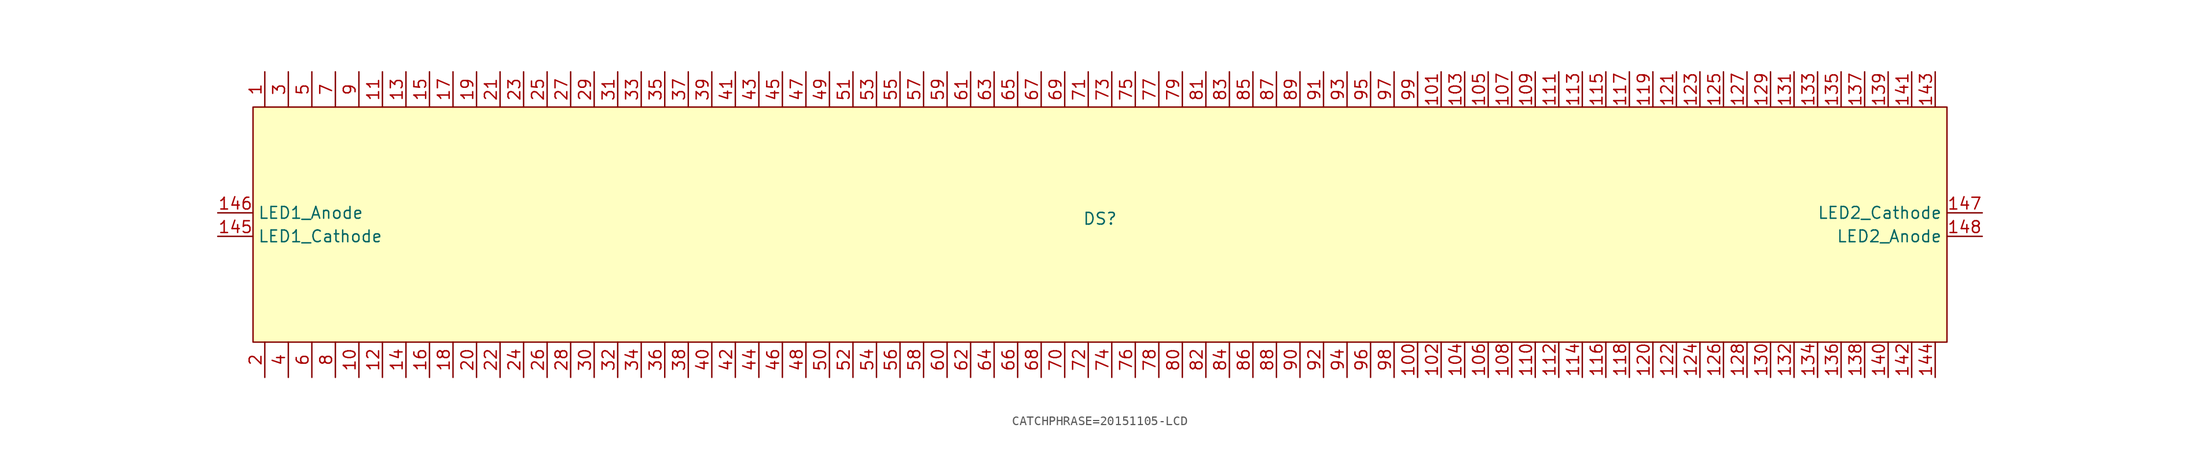
<source format=kicad_sym>
(kicad_symbol_lib
  (version 20241209)
  (generator "kicad_symbol_editor")
  (generator_version "9.0")
  (symbol "CATCHPHRASE=20151105-LCD"
    (property "Reference" "DS"
      (at 0 0.635 0)
      (effects (font (size 1.27 1.27))))
    (property "Value" ""
      (at 0 0 0)
      (effects (font (size 1.27 1.27))))
    (symbol "CATCHPHRASE=20151105-LCD_1_1"
      (rectangle (start -91.44 12.7) (end 91.44 -12.7) (stroke (width 0) (type solid)) (fill (type background)))
      (pin output line (at -95.25 1.27 0) (length 3.81) (name "LED1_Anode" (effects (font (size 1.27 1.27)))) (number "146" (effects (font (size 1.27 1.27)))))
      (pin input line (at -95.25 -1.27 0) (length 3.81) (name "LED1_Cathode" (effects (font (size 1.27 1.27)))) (number "145" (effects (font (size 1.27 1.27)))))
      (pin bidirectional line (at -90.17 16.51 270) (length 3.81) (name "" (effects (font (size 1.27 1.27)))) (number "1" (effects (font (size 1.27 1.27)))))
      (pin bidirectional line (at -90.17 -16.51 90) (length 3.81) (name "" (effects (font (size 1.27 1.27)))) (number "2" (effects (font (size 1.27 1.27)))))
      (pin bidirectional line (at -87.63 16.51 270) (length 3.81) (name "" (effects (font (size 1.27 1.27)))) (number "3" (effects (font (size 1.27 1.27)))))
      (pin bidirectional line (at -87.63 -16.51 90) (length 3.81) (name "" (effects (font (size 1.27 1.27)))) (number "4" (effects (font (size 1.27 1.27)))))
      (pin bidirectional line (at -85.09 16.51 270) (length 3.81) (name "" (effects (font (size 1.27 1.27)))) (number "5" (effects (font (size 1.27 1.27)))))
      (pin bidirectional line (at -85.09 -16.51 90) (length 3.81) (name "" (effects (font (size 1.27 1.27)))) (number "6" (effects (font (size 1.27 1.27)))))
      (pin bidirectional line (at -82.55 16.51 270) (length 3.81) (name "" (effects (font (size 1.27 1.27)))) (number "7" (effects (font (size 1.27 1.27)))))
      (pin bidirectional line (at -82.55 -16.51 90) (length 3.81) (name "" (effects (font (size 1.27 1.27)))) (number "8" (effects (font (size 1.27 1.27)))))
      (pin bidirectional line (at -80.01 16.51 270) (length 3.81) (name "" (effects (font (size 1.27 1.27)))) (number "9" (effects (font (size 1.27 1.27)))))
      (pin bidirectional line (at -80.01 -16.51 90) (length 3.81) (name "" (effects (font (size 1.27 1.27)))) (number "10" (effects (font (size 1.27 1.27)))))
      (pin bidirectional line (at -77.47 16.51 270) (length 3.81) (name "" (effects (font (size 1.27 1.27)))) (number "11" (effects (font (size 1.27 1.27)))))
      (pin bidirectional line (at -77.47 -16.51 90) (length 3.81) (name "" (effects (font (size 1.27 1.27)))) (number "12" (effects (font (size 1.27 1.27)))))
      (pin bidirectional line (at -74.93 16.51 270) (length 3.81) (name "" (effects (font (size 1.27 1.27)))) (number "13" (effects (font (size 1.27 1.27)))))
      (pin bidirectional line (at -74.93 -16.51 90) (length 3.81) (name "" (effects (font (size 1.27 1.27)))) (number "14" (effects (font (size 1.27 1.27)))))
      (pin bidirectional line (at -72.39 16.51 270) (length 3.81) (name "" (effects (font (size 1.27 1.27)))) (number "15" (effects (font (size 1.27 1.27)))))
      (pin bidirectional line (at -72.39 -16.51 90) (length 3.81) (name "" (effects (font (size 1.27 1.27)))) (number "16" (effects (font (size 1.27 1.27)))))
      (pin bidirectional line (at -69.85 16.51 270) (length 3.81) (name "" (effects (font (size 1.27 1.27)))) (number "17" (effects (font (size 1.27 1.27)))))
      (pin bidirectional line (at -69.85 -16.51 90) (length 3.81) (name "" (effects (font (size 1.27 1.27)))) (number "18" (effects (font (size 1.27 1.27)))))
      (pin bidirectional line (at -67.31 16.51 270) (length 3.81) (name "" (effects (font (size 1.27 1.27)))) (number "19" (effects (font (size 1.27 1.27)))))
      (pin bidirectional line (at -67.31 -16.51 90) (length 3.81) (name "" (effects (font (size 1.27 1.27)))) (number "20" (effects (font (size 1.27 1.27)))))
      (pin bidirectional line (at -64.77 16.51 270) (length 3.81) (name "" (effects (font (size 1.27 1.27)))) (number "21" (effects (font (size 1.27 1.27)))))
      (pin bidirectional line (at -64.77 -16.51 90) (length 3.81) (name "" (effects (font (size 1.27 1.27)))) (number "22" (effects (font (size 1.27 1.27)))))
      (pin bidirectional line (at -62.23 16.51 270) (length 3.81) (name "" (effects (font (size 1.27 1.27)))) (number "23" (effects (font (size 1.27 1.27)))))
      (pin bidirectional line (at -62.23 -16.51 90) (length 3.81) (name "" (effects (font (size 1.27 1.27)))) (number "24" (effects (font (size 1.27 1.27)))))
      (pin bidirectional line (at -59.69 16.51 270) (length 3.81) (name "" (effects (font (size 1.27 1.27)))) (number "25" (effects (font (size 1.27 1.27)))))
      (pin bidirectional line (at -59.69 -16.51 90) (length 3.81) (name "" (effects (font (size 1.27 1.27)))) (number "26" (effects (font (size 1.27 1.27)))))
      (pin bidirectional line (at -57.15 16.51 270) (length 3.81) (name "" (effects (font (size 1.27 1.27)))) (number "27" (effects (font (size 1.27 1.27)))))
      (pin bidirectional line (at -57.15 -16.51 90) (length 3.81) (name "" (effects (font (size 1.27 1.27)))) (number "28" (effects (font (size 1.27 1.27)))))
      (pin bidirectional line (at -54.61 16.51 270) (length 3.81) (name "" (effects (font (size 1.27 1.27)))) (number "29" (effects (font (size 1.27 1.27)))))
      (pin bidirectional line (at -54.61 -16.51 90) (length 3.81) (name "" (effects (font (size 1.27 1.27)))) (number "30" (effects (font (size 1.27 1.27)))))
      (pin bidirectional line (at -52.07 16.51 270) (length 3.81) (name "" (effects (font (size 1.27 1.27)))) (number "31" (effects (font (size 1.27 1.27)))))
      (pin bidirectional line (at -52.07 -16.51 90) (length 3.81) (name "" (effects (font (size 1.27 1.27)))) (number "32" (effects (font (size 1.27 1.27)))))
      (pin bidirectional line (at -49.53 16.51 270) (length 3.81) (name "" (effects (font (size 1.27 1.27)))) (number "33" (effects (font (size 1.27 1.27)))))
      (pin bidirectional line (at -49.53 -16.51 90) (length 3.81) (name "" (effects (font (size 1.27 1.27)))) (number "34" (effects (font (size 1.27 1.27)))))
      (pin bidirectional line (at -46.99 16.51 270) (length 3.81) (name "" (effects (font (size 1.27 1.27)))) (number "35" (effects (font (size 1.27 1.27)))))
      (pin bidirectional line (at -46.99 -16.51 90) (length 3.81) (name "" (effects (font (size 1.27 1.27)))) (number "36" (effects (font (size 1.27 1.27)))))
      (pin bidirectional line (at -44.45 16.51 270) (length 3.81) (name "" (effects (font (size 1.27 1.27)))) (number "37" (effects (font (size 1.27 1.27)))))
      (pin bidirectional line (at -44.45 -16.51 90) (length 3.81) (name "" (effects (font (size 1.27 1.27)))) (number "38" (effects (font (size 1.27 1.27)))))
      (pin bidirectional line (at -41.91 16.51 270) (length 3.81) (name "" (effects (font (size 1.27 1.27)))) (number "39" (effects (font (size 1.27 1.27)))))
      (pin bidirectional line (at -41.91 -16.51 90) (length 3.81) (name "" (effects (font (size 1.27 1.27)))) (number "40" (effects (font (size 1.27 1.27)))))
      (pin bidirectional line (at -39.37 16.51 270) (length 3.81) (name "" (effects (font (size 1.27 1.27)))) (number "41" (effects (font (size 1.27 1.27)))))
      (pin bidirectional line (at -39.37 -16.51 90) (length 3.81) (name "" (effects (font (size 1.27 1.27)))) (number "42" (effects (font (size 1.27 1.27)))))
      (pin bidirectional line (at -36.83 16.51 270) (length 3.81) (name "" (effects (font (size 1.27 1.27)))) (number "43" (effects (font (size 1.27 1.27)))))
      (pin bidirectional line (at -36.83 -16.51 90) (length 3.81) (name "" (effects (font (size 1.27 1.27)))) (number "44" (effects (font (size 1.27 1.27)))))
      (pin bidirectional line (at -34.29 16.51 270) (length 3.81) (name "" (effects (font (size 1.27 1.27)))) (number "45" (effects (font (size 1.27 1.27)))))
      (pin bidirectional line (at -34.29 -16.51 90) (length 3.81) (name "" (effects (font (size 1.27 1.27)))) (number "46" (effects (font (size 1.27 1.27)))))
      (pin bidirectional line (at -31.75 16.51 270) (length 3.81) (name "" (effects (font (size 1.27 1.27)))) (number "47" (effects (font (size 1.27 1.27)))))
      (pin bidirectional line (at -31.75 -16.51 90) (length 3.81) (name "" (effects (font (size 1.27 1.27)))) (number "48" (effects (font (size 1.27 1.27)))))
      (pin bidirectional line (at -29.21 16.51 270) (length 3.81) (name "" (effects (font (size 1.27 1.27)))) (number "49" (effects (font (size 1.27 1.27)))))
      (pin bidirectional line (at -29.21 -16.51 90) (length 3.81) (name "" (effects (font (size 1.27 1.27)))) (number "50" (effects (font (size 1.27 1.27)))))
      (pin bidirectional line (at -26.67 16.51 270) (length 3.81) (name "" (effects (font (size 1.27 1.27)))) (number "51" (effects (font (size 1.27 1.27)))))
      (pin bidirectional line (at -26.67 -16.51 90) (length 3.81) (name "" (effects (font (size 1.27 1.27)))) (number "52" (effects (font (size 1.27 1.27)))))
      (pin bidirectional line (at -24.13 16.51 270) (length 3.81) (name "" (effects (font (size 1.27 1.27)))) (number "53" (effects (font (size 1.27 1.27)))))
      (pin bidirectional line (at -24.13 -16.51 90) (length 3.81) (name "" (effects (font (size 1.27 1.27)))) (number "54" (effects (font (size 1.27 1.27)))))
      (pin bidirectional line (at -21.59 16.51 270) (length 3.81) (name "" (effects (font (size 1.27 1.27)))) (number "55" (effects (font (size 1.27 1.27)))))
      (pin bidirectional line (at -21.59 -16.51 90) (length 3.81) (name "" (effects (font (size 1.27 1.27)))) (number "56" (effects (font (size 1.27 1.27)))))
      (pin bidirectional line (at -19.05 16.51 270) (length 3.81) (name "" (effects (font (size 1.27 1.27)))) (number "57" (effects (font (size 1.27 1.27)))))
      (pin bidirectional line (at -19.05 -16.51 90) (length 3.81) (name "" (effects (font (size 1.27 1.27)))) (number "58" (effects (font (size 1.27 1.27)))))
      (pin bidirectional line (at -16.51 16.51 270) (length 3.81) (name "" (effects (font (size 1.27 1.27)))) (number "59" (effects (font (size 1.27 1.27)))))
      (pin bidirectional line (at -16.51 -16.51 90) (length 3.81) (name "" (effects (font (size 1.27 1.27)))) (number "60" (effects (font (size 1.27 1.27)))))
      (pin bidirectional line (at -13.97 16.51 270) (length 3.81) (name "" (effects (font (size 1.27 1.27)))) (number "61" (effects (font (size 1.27 1.27)))))
      (pin bidirectional line (at -13.97 -16.51 90) (length 3.81) (name "" (effects (font (size 1.27 1.27)))) (number "62" (effects (font (size 1.27 1.27)))))
      (pin bidirectional line (at -11.43 16.51 270) (length 3.81) (name "" (effects (font (size 1.27 1.27)))) (number "63" (effects (font (size 1.27 1.27)))))
      (pin bidirectional line (at -11.43 -16.51 90) (length 3.81) (name "" (effects (font (size 1.27 1.27)))) (number "64" (effects (font (size 1.27 1.27)))))
      (pin bidirectional line (at -8.89 16.51 270) (length 3.81) (name "" (effects (font (size 1.27 1.27)))) (number "65" (effects (font (size 1.27 1.27)))))
      (pin bidirectional line (at -8.89 -16.51 90) (length 3.81) (name "" (effects (font (size 1.27 1.27)))) (number "66" (effects (font (size 1.27 1.27)))))
      (pin bidirectional line (at -6.35 16.51 270) (length 3.81) (name "" (effects (font (size 1.27 1.27)))) (number "67" (effects (font (size 1.27 1.27)))))
      (pin bidirectional line (at -6.35 -16.51 90) (length 3.81) (name "" (effects (font (size 1.27 1.27)))) (number "68" (effects (font (size 1.27 1.27)))))
      (pin bidirectional line (at -3.81 16.51 270) (length 3.81) (name "" (effects (font (size 1.27 1.27)))) (number "69" (effects (font (size 1.27 1.27)))))
      (pin bidirectional line (at -3.81 -16.51 90) (length 3.81) (name "" (effects (font (size 1.27 1.27)))) (number "70" (effects (font (size 1.27 1.27)))))
      (pin bidirectional line (at -1.27 16.51 270) (length 3.81) (name "" (effects (font (size 1.27 1.27)))) (number "71" (effects (font (size 1.27 1.27)))))
      (pin bidirectional line (at -1.27 -16.51 90) (length 3.81) (name "" (effects (font (size 1.27 1.27)))) (number "72" (effects (font (size 1.27 1.27)))))
      (pin bidirectional line (at 1.27 16.51 270) (length 3.81) (name "" (effects (font (size 1.27 1.27)))) (number "73" (effects (font (size 1.27 1.27)))))
      (pin bidirectional line (at 1.27 -16.51 90) (length 3.81) (name "" (effects (font (size 1.27 1.27)))) (number "74" (effects (font (size 1.27 1.27)))))
      (pin bidirectional line (at 3.81 16.51 270) (length 3.81) (name "" (effects (font (size 1.27 1.27)))) (number "75" (effects (font (size 1.27 1.27)))))
      (pin bidirectional line (at 3.81 -16.51 90) (length 3.81) (name "" (effects (font (size 1.27 1.27)))) (number "76" (effects (font (size 1.27 1.27)))))
      (pin bidirectional line (at 6.35 16.51 270) (length 3.81) (name "" (effects (font (size 1.27 1.27)))) (number "77" (effects (font (size 1.27 1.27)))))
      (pin bidirectional line (at 6.35 -16.51 90) (length 3.81) (name "" (effects (font (size 1.27 1.27)))) (number "78" (effects (font (size 1.27 1.27)))))
      (pin bidirectional line (at 8.89 16.51 270) (length 3.81) (name "" (effects (font (size 1.27 1.27)))) (number "79" (effects (font (size 1.27 1.27)))))
      (pin bidirectional line (at 8.89 -16.51 90) (length 3.81) (name "" (effects (font (size 1.27 1.27)))) (number "80" (effects (font (size 1.27 1.27)))))
      (pin bidirectional line (at 11.43 16.51 270) (length 3.81) (name "" (effects (font (size 1.27 1.27)))) (number "81" (effects (font (size 1.27 1.27)))))
      (pin bidirectional line (at 11.43 -16.51 90) (length 3.81) (name "" (effects (font (size 1.27 1.27)))) (number "82" (effects (font (size 1.27 1.27)))))
      (pin bidirectional line (at 13.97 16.51 270) (length 3.81) (name "" (effects (font (size 1.27 1.27)))) (number "83" (effects (font (size 1.27 1.27)))))
      (pin bidirectional line (at 13.97 -16.51 90) (length 3.81) (name "" (effects (font (size 1.27 1.27)))) (number "84" (effects (font (size 1.27 1.27)))))
      (pin bidirectional line (at 16.51 16.51 270) (length 3.81) (name "" (effects (font (size 1.27 1.27)))) (number "85" (effects (font (size 1.27 1.27)))))
      (pin bidirectional line (at 16.51 -16.51 90) (length 3.81) (name "" (effects (font (size 1.27 1.27)))) (number "86" (effects (font (size 1.27 1.27)))))
      (pin bidirectional line (at 19.05 16.51 270) (length 3.81) (name "" (effects (font (size 1.27 1.27)))) (number "87" (effects (font (size 1.27 1.27)))))
      (pin bidirectional line (at 19.05 -16.51 90) (length 3.81) (name "" (effects (font (size 1.27 1.27)))) (number "88" (effects (font (size 1.27 1.27)))))
      (pin bidirectional line (at 21.59 16.51 270) (length 3.81) (name "" (effects (font (size 1.27 1.27)))) (number "89" (effects (font (size 1.27 1.27)))))
      (pin bidirectional line (at 21.59 -16.51 90) (length 3.81) (name "" (effects (font (size 1.27 1.27)))) (number "90" (effects (font (size 1.27 1.27)))))
      (pin bidirectional line (at 24.13 16.51 270) (length 3.81) (name "" (effects (font (size 1.27 1.27)))) (number "91" (effects (font (size 1.27 1.27)))))
      (pin bidirectional line (at 24.13 -16.51 90) (length 3.81) (name "" (effects (font (size 1.27 1.27)))) (number "92" (effects (font (size 1.27 1.27)))))
      (pin bidirectional line (at 26.67 16.51 270) (length 3.81) (name "" (effects (font (size 1.27 1.27)))) (number "93" (effects (font (size 1.27 1.27)))))
      (pin bidirectional line (at 26.67 -16.51 90) (length 3.81) (name "" (effects (font (size 1.27 1.27)))) (number "94" (effects (font (size 1.27 1.27)))))
      (pin bidirectional line (at 29.21 16.51 270) (length 3.81) (name "" (effects (font (size 1.27 1.27)))) (number "95" (effects (font (size 1.27 1.27)))))
      (pin bidirectional line (at 29.21 -16.51 90) (length 3.81) (name "" (effects (font (size 1.27 1.27)))) (number "96" (effects (font (size 1.27 1.27)))))
      (pin bidirectional line (at 31.75 16.51 270) (length 3.81) (name "" (effects (font (size 1.27 1.27)))) (number "97" (effects (font (size 1.27 1.27)))))
      (pin bidirectional line (at 31.75 -16.51 90) (length 3.81) (name "" (effects (font (size 1.27 1.27)))) (number "98" (effects (font (size 1.27 1.27)))))
      (pin bidirectional line (at 34.29 16.51 270) (length 3.81) (name "" (effects (font (size 1.27 1.27)))) (number "99" (effects (font (size 1.27 1.27)))))
      (pin bidirectional line (at 34.29 -16.51 90) (length 3.81) (name "" (effects (font (size 1.27 1.27)))) (number "100" (effects (font (size 1.27 1.27)))))
      (pin bidirectional line (at 36.83 16.51 270) (length 3.81) (name "" (effects (font (size 1.27 1.27)))) (number "101" (effects (font (size 1.27 1.27)))))
      (pin bidirectional line (at 36.83 -16.51 90) (length 3.81) (name "" (effects (font (size 1.27 1.27)))) (number "102" (effects (font (size 1.27 1.27)))))
      (pin bidirectional line (at 39.37 16.51 270) (length 3.81) (name "" (effects (font (size 1.27 1.27)))) (number "103" (effects (font (size 1.27 1.27)))))
      (pin bidirectional line (at 39.37 -16.51 90) (length 3.81) (name "" (effects (font (size 1.27 1.27)))) (number "104" (effects (font (size 1.27 1.27)))))
      (pin bidirectional line (at 41.91 16.51 270) (length 3.81) (name "" (effects (font (size 1.27 1.27)))) (number "105" (effects (font (size 1.27 1.27)))))
      (pin bidirectional line (at 41.91 -16.51 90) (length 3.81) (name "" (effects (font (size 1.27 1.27)))) (number "106" (effects (font (size 1.27 1.27)))))
      (pin bidirectional line (at 44.45 16.51 270) (length 3.81) (name "" (effects (font (size 1.27 1.27)))) (number "107" (effects (font (size 1.27 1.27)))))
      (pin bidirectional line (at 44.45 -16.51 90) (length 3.81) (name "" (effects (font (size 1.27 1.27)))) (number "108" (effects (font (size 1.27 1.27)))))
      (pin bidirectional line (at 46.99 16.51 270) (length 3.81) (name "" (effects (font (size 1.27 1.27)))) (number "109" (effects (font (size 1.27 1.27)))))
      (pin bidirectional line (at 46.99 -16.51 90) (length 3.81) (name "" (effects (font (size 1.27 1.27)))) (number "110" (effects (font (size 1.27 1.27)))))
      (pin bidirectional line (at 49.53 16.51 270) (length 3.81) (name "" (effects (font (size 1.27 1.27)))) (number "111" (effects (font (size 1.27 1.27)))))
      (pin bidirectional line (at 49.53 -16.51 90) (length 3.81) (name "" (effects (font (size 1.27 1.27)))) (number "112" (effects (font (size 1.27 1.27)))))
      (pin bidirectional line (at 52.07 16.51 270) (length 3.81) (name "" (effects (font (size 1.27 1.27)))) (number "113" (effects (font (size 1.27 1.27)))))
      (pin bidirectional line (at 52.07 -16.51 90) (length 3.81) (name "" (effects (font (size 1.27 1.27)))) (number "114" (effects (font (size 1.27 1.27)))))
      (pin bidirectional line (at 54.61 16.51 270) (length 3.81) (name "" (effects (font (size 1.27 1.27)))) (number "115" (effects (font (size 1.27 1.27)))))
      (pin bidirectional line (at 54.61 -16.51 90) (length 3.81) (name "" (effects (font (size 1.27 1.27)))) (number "116" (effects (font (size 1.27 1.27)))))
      (pin bidirectional line (at 57.15 16.51 270) (length 3.81) (name "" (effects (font (size 1.27 1.27)))) (number "117" (effects (font (size 1.27 1.27)))))
      (pin bidirectional line (at 57.15 -16.51 90) (length 3.81) (name "" (effects (font (size 1.27 1.27)))) (number "118" (effects (font (size 1.27 1.27)))))
      (pin bidirectional line (at 59.69 16.51 270) (length 3.81) (name "" (effects (font (size 1.27 1.27)))) (number "119" (effects (font (size 1.27 1.27)))))
      (pin bidirectional line (at 59.69 -16.51 90) (length 3.81) (name "" (effects (font (size 1.27 1.27)))) (number "120" (effects (font (size 1.27 1.27)))))
      (pin bidirectional line (at 62.23 16.51 270) (length 3.81) (name "" (effects (font (size 1.27 1.27)))) (number "121" (effects (font (size 1.27 1.27)))))
      (pin bidirectional line (at 62.23 -16.51 90) (length 3.81) (name "" (effects (font (size 1.27 1.27)))) (number "122" (effects (font (size 1.27 1.27)))))
      (pin bidirectional line (at 64.77 16.51 270) (length 3.81) (name "" (effects (font (size 1.27 1.27)))) (number "123" (effects (font (size 1.27 1.27)))))
      (pin bidirectional line (at 64.77 -16.51 90) (length 3.81) (name "" (effects (font (size 1.27 1.27)))) (number "124" (effects (font (size 1.27 1.27)))))
      (pin bidirectional line (at 67.31 16.51 270) (length 3.81) (name "" (effects (font (size 1.27 1.27)))) (number "125" (effects (font (size 1.27 1.27)))))
      (pin bidirectional line (at 67.31 -16.51 90) (length 3.81) (name "" (effects (font (size 1.27 1.27)))) (number "126" (effects (font (size 1.27 1.27)))))
      (pin bidirectional line (at 69.85 16.51 270) (length 3.81) (name "" (effects (font (size 1.27 1.27)))) (number "127" (effects (font (size 1.27 1.27)))))
      (pin bidirectional line (at 69.85 -16.51 90) (length 3.81) (name "" (effects (font (size 1.27 1.27)))) (number "128" (effects (font (size 1.27 1.27)))))
      (pin bidirectional line (at 72.39 16.51 270) (length 3.81) (name "" (effects (font (size 1.27 1.27)))) (number "129" (effects (font (size 1.27 1.27)))))
      (pin bidirectional line (at 72.39 -16.51 90) (length 3.81) (name "" (effects (font (size 1.27 1.27)))) (number "130" (effects (font (size 1.27 1.27)))))
      (pin bidirectional line (at 74.93 16.51 270) (length 3.81) (name "" (effects (font (size 1.27 1.27)))) (number "131" (effects (font (size 1.27 1.27)))))
      (pin bidirectional line (at 74.93 -16.51 90) (length 3.81) (name "" (effects (font (size 1.27 1.27)))) (number "132" (effects (font (size 1.27 1.27)))))
      (pin bidirectional line (at 77.47 16.51 270) (length 3.81) (name "" (effects (font (size 1.27 1.27)))) (number "133" (effects (font (size 1.27 1.27)))))
      (pin bidirectional line (at 77.47 -16.51 90) (length 3.81) (name "" (effects (font (size 1.27 1.27)))) (number "134" (effects (font (size 1.27 1.27)))))
      (pin bidirectional line (at 80.01 16.51 270) (length 3.81) (name "" (effects (font (size 1.27 1.27)))) (number "135" (effects (font (size 1.27 1.27)))))
      (pin bidirectional line (at 80.01 -16.51 90) (length 3.81) (name "" (effects (font (size 1.27 1.27)))) (number "136" (effects (font (size 1.27 1.27)))))
      (pin bidirectional line (at 82.55 16.51 270) (length 3.81) (name "" (effects (font (size 1.27 1.27)))) (number "137" (effects (font (size 1.27 1.27)))))
      (pin bidirectional line (at 82.55 -16.51 90) (length 3.81) (name "" (effects (font (size 1.27 1.27)))) (number "138" (effects (font (size 1.27 1.27)))))
      (pin bidirectional line (at 85.09 16.51 270) (length 3.81) (name "" (effects (font (size 1.27 1.27)))) (number "139" (effects (font (size 1.27 1.27)))))
      (pin bidirectional line (at 85.09 -16.51 90) (length 3.81) (name "" (effects (font (size 1.27 1.27)))) (number "140" (effects (font (size 1.27 1.27)))))
      (pin bidirectional line (at 87.63 16.51 270) (length 3.81) (name "" (effects (font (size 1.27 1.27)))) (number "141" (effects (font (size 1.27 1.27)))))
      (pin bidirectional line (at 87.63 -16.51 90) (length 3.81) (name "" (effects (font (size 1.27 1.27)))) (number "142" (effects (font (size 1.27 1.27)))))
      (pin bidirectional line (at 90.17 16.51 270) (length 3.81) (name "" (effects (font (size 1.27 1.27)))) (number "143" (effects (font (size 1.27 1.27)))))
      (pin bidirectional line (at 90.17 -16.51 90) (length 3.81) (name "" (effects (font (size 1.27 1.27)))) (number "144" (effects (font (size 1.27 1.27)))))
      (pin input line (at 95.25 1.27 180) (length 3.81) (name "LED2_Cathode" (effects (font (size 1.27 1.27)))) (number "147" (effects (font (size 1.27 1.27)))))
      (pin output line (at 95.25 -1.27 180) (length 3.81) (name "LED2_Anode" (effects (font (size 1.27 1.27)))) (number "148" (effects (font (size 1.27 1.27))))))))
</source>
